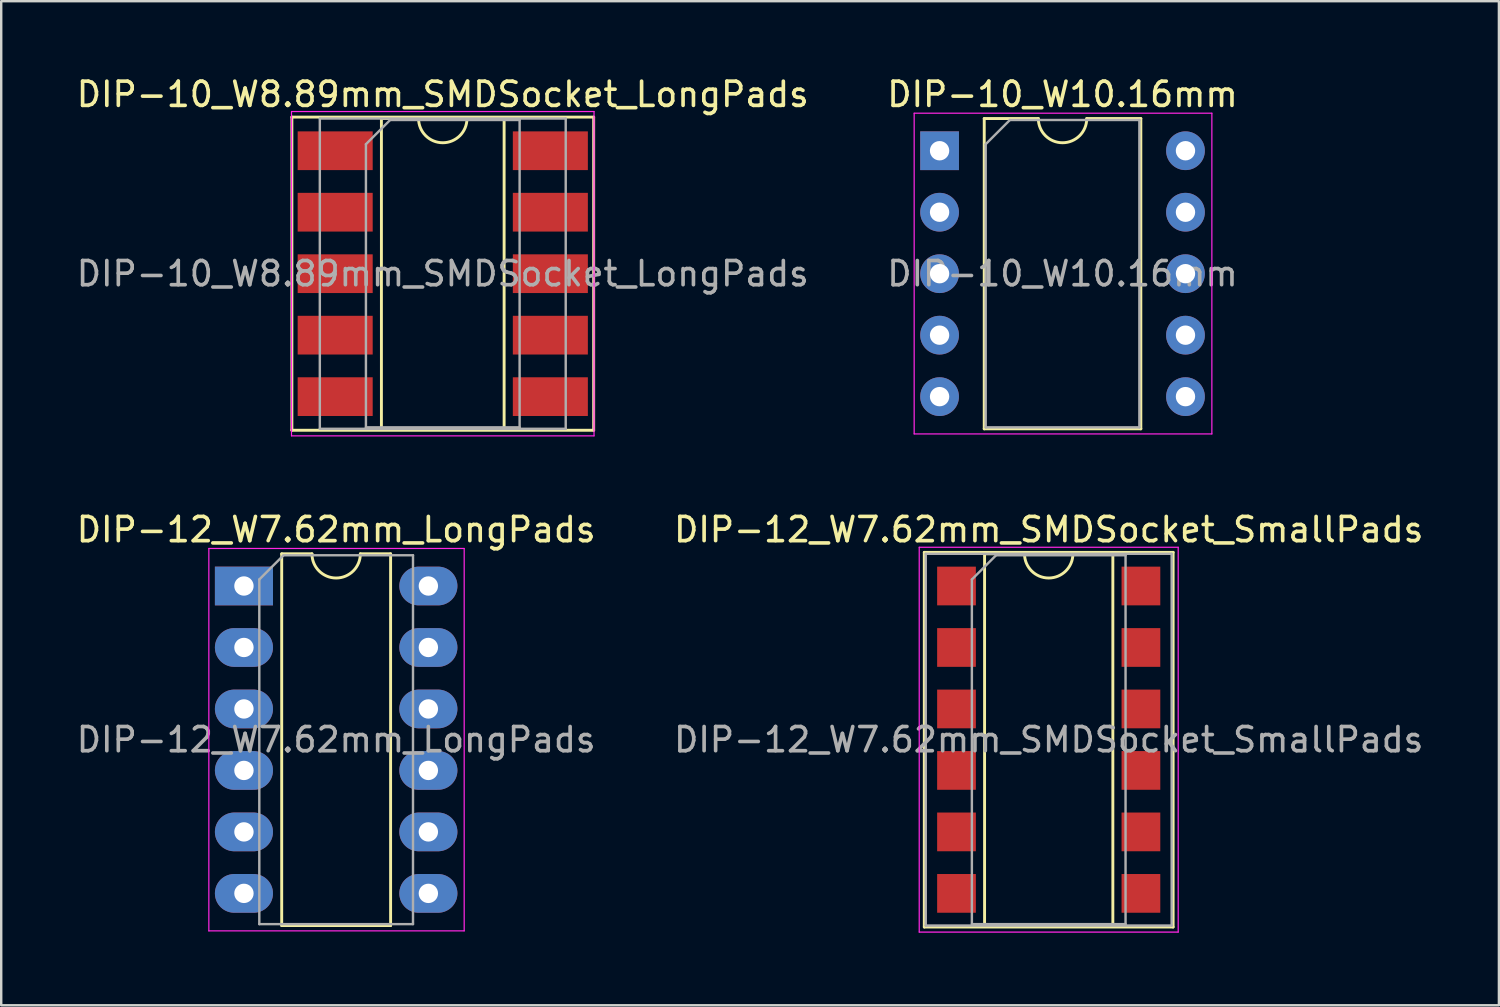
<source format=kicad_pcb>
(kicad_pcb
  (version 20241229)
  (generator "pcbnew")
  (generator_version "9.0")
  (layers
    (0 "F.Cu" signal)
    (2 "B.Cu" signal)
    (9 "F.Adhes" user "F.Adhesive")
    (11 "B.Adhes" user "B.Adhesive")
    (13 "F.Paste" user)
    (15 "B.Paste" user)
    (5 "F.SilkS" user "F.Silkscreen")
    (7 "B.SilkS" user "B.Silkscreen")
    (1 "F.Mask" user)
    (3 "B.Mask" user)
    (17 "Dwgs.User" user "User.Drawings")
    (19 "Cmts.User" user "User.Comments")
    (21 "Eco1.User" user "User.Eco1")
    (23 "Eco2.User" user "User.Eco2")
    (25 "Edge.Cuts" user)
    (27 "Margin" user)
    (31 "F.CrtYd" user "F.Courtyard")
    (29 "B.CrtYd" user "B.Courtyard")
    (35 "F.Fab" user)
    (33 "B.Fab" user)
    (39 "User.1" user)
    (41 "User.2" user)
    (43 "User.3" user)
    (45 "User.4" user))
  (footprint "DIP-10_W8.89mm_SMDSocket_LongPads"
    (layer "F.Cu")
    (at 15.244 8.258)
    (property "Reference" "DIP-10_W8.89mm_SMDSocket_LongPads" (at 0 -7.41 0) (layer "F.SilkS") (effects (font (size 1 1) (thickness 0.15))))
    (attr smd)
    (fp_line (start -6.235 -6.47) (end -6.235 6.47) (stroke (width 0.12) (type solid)) (layer "F.SilkS"))
    (fp_line (start -6.235 6.47) (end 6.235 6.47) (stroke (width 0.12) (type solid)) (layer "F.SilkS"))
    (fp_line (start -2.535 -6.41) (end -2.535 6.41) (stroke (width 0.12) (type solid)) (layer "F.SilkS"))
    (fp_line (start -2.535 6.41) (end 2.535 6.41) (stroke (width 0.12) (type solid)) (layer "F.SilkS"))
    (fp_line (start -1 -6.41) (end -2.535 -6.41) (stroke (width 0.12) (type solid)) (layer "F.SilkS"))
    (fp_line (start 2.535 -6.41) (end 1 -6.41) (stroke (width 0.12) (type solid)) (layer "F.SilkS"))
    (fp_line (start 2.535 6.41) (end 2.535 -6.41) (stroke (width 0.12) (type solid)) (layer "F.SilkS"))
    (fp_line (start 6.235 -6.47) (end -6.235 -6.47) (stroke (width 0.12) (type solid)) (layer "F.SilkS"))
    (fp_line (start 6.235 6.47) (end 6.235 -6.47) (stroke (width 0.12) (type solid)) (layer "F.SilkS"))
    (fp_arc (start 1 -6.41) (mid 0 -5.41) (end -1 -6.41) (stroke (width 0.12) (type solid)) (layer "F.SilkS"))
    (fp_line (start -6.25 -6.7) (end -6.25 6.7) (stroke (width 0.05) (type solid)) (layer "F.CrtYd"))
    (fp_line (start -6.25 6.7) (end 6.25 6.7) (stroke (width 0.05) (type solid)) (layer "F.CrtYd"))
    (fp_line (start 6.25 -6.7) (end -6.25 -6.7) (stroke (width 0.05) (type solid)) (layer "F.CrtYd"))
    (fp_line (start 6.25 6.7) (end 6.25 -6.7) (stroke (width 0.05) (type solid)) (layer "F.CrtYd"))
    (fp_line (start -5.08 -6.41) (end -5.08 6.41) (stroke (width 0.1) (type solid)) (layer "F.Fab"))
    (fp_line (start -5.08 6.41) (end 5.08 6.41) (stroke (width 0.1) (type solid)) (layer "F.Fab"))
    (fp_line (start -3.175 -5.35) (end -2.175 -6.35) (stroke (width 0.1) (type solid)) (layer "F.Fab"))
    (fp_line (start -3.175 6.35) (end -3.175 -5.35) (stroke (width 0.1) (type solid)) (layer "F.Fab"))
    (fp_line (start -2.175 -6.35) (end 3.175 -6.35) (stroke (width 0.1) (type solid)) (layer "F.Fab"))
    (fp_line (start 3.175 -6.35) (end 3.175 6.35) (stroke (width 0.1) (type solid)) (layer "F.Fab"))
    (fp_line (start 3.175 6.35) (end -3.175 6.35) (stroke (width 0.1) (type solid)) (layer "F.Fab"))
    (fp_line (start 5.08 -6.41) (end -5.08 -6.41) (stroke (width 0.1) (type solid)) (layer "F.Fab"))
    (fp_line (start 5.08 6.41) (end 5.08 -6.41) (stroke (width 0.1) (type solid)) (layer "F.Fab"))
    (fp_text user "${REFERENCE}" (at 0 0 0) (layer "F.Fab") (effects (font (size 1 1) (thickness 0.15))))
    (pad "1" smd rect (at -4.445 -5.08) (size 3.1 1.6) (layers "F.Cu" "F.Mask" "F.Paste"))
    (pad "2" smd rect (at -4.445 -2.54) (size 3.1 1.6) (layers "F.Cu" "F.Mask" "F.Paste"))
    (pad "3" smd rect (at -4.445 0) (size 3.1 1.6) (layers "F.Cu" "F.Mask" "F.Paste"))
    (pad "4" smd rect (at -4.445 2.54) (size 3.1 1.6) (layers "F.Cu" "F.Mask" "F.Paste"))
    (pad "5" smd rect (at -4.445 5.08) (size 3.1 1.6) (layers "F.Cu" "F.Mask" "F.Paste"))
    (pad "6" smd rect (at 4.445 5.08) (size 3.1 1.6) (layers "F.Cu" "F.Mask" "F.Paste"))
    (pad "7" smd rect (at 4.445 2.54) (size 3.1 1.6) (layers "F.Cu" "F.Mask" "F.Paste"))
    (pad "8" smd rect (at 4.445 0) (size 3.1 1.6) (layers "F.Cu" "F.Mask" "F.Paste"))
    (pad "9" smd rect (at 4.445 -2.54) (size 3.1 1.6) (layers "F.Cu" "F.Mask" "F.Paste"))
    (pad "10" smd rect (at 4.445 -5.08) (size 3.1 1.6) (layers "F.Cu" "F.Mask" "F.Paste")))
  (footprint "DIP-12_W7.62mm_LongPads"
    (layer "F.Cu")
    (at 7.029 21.162)
    (property "Reference" "DIP-12_W7.62mm_LongPads" (at 3.81 -2.33 0) (layer "F.SilkS") (effects (font (size 1 1) (thickness 0.15))))
    (attr through_hole)
    (fp_line (start 1.56 -1.33) (end 1.56 14.03) (stroke (width 0.12) (type solid)) (layer "F.SilkS"))
    (fp_line (start 1.56 14.03) (end 6.06 14.03) (stroke (width 0.12) (type solid)) (layer "F.SilkS"))
    (fp_line (start 2.81 -1.33) (end 1.56 -1.33) (stroke (width 0.12) (type solid)) (layer "F.SilkS"))
    (fp_line (start 6.06 -1.33) (end 4.81 -1.33) (stroke (width 0.12) (type solid)) (layer "F.SilkS"))
    (fp_line (start 6.06 14.03) (end 6.06 -1.33) (stroke (width 0.12) (type solid)) (layer "F.SilkS"))
    (fp_arc (start 4.81 -1.33) (mid 3.81 -0.33) (end 2.81 -1.33) (stroke (width 0.12) (type solid)) (layer "F.SilkS"))
    (fp_line (start -1.45 -1.55) (end -1.45 14.25) (stroke (width 0.05) (type solid)) (layer "F.CrtYd"))
    (fp_line (start -1.45 14.25) (end 9.1 14.25) (stroke (width 0.05) (type solid)) (layer "F.CrtYd"))
    (fp_line (start 9.1 -1.55) (end -1.45 -1.55) (stroke (width 0.05) (type solid)) (layer "F.CrtYd"))
    (fp_line (start 9.1 14.25) (end 9.1 -1.55) (stroke (width 0.05) (type solid)) (layer "F.CrtYd"))
    (fp_line (start 0.635 -0.27) (end 1.635 -1.27) (stroke (width 0.1) (type solid)) (layer "F.Fab"))
    (fp_line (start 0.635 13.97) (end 0.635 -0.27) (stroke (width 0.1) (type solid)) (layer "F.Fab"))
    (fp_line (start 1.635 -1.27) (end 6.985 -1.27) (stroke (width 0.1) (type solid)) (layer "F.Fab"))
    (fp_line (start 6.985 -1.27) (end 6.985 13.97) (stroke (width 0.1) (type solid)) (layer "F.Fab"))
    (fp_line (start 6.985 13.97) (end 0.635 13.97) (stroke (width 0.1) (type solid)) (layer "F.Fab"))
    (fp_text user "${REFERENCE}" (at 3.81 6.35 0) (layer "F.Fab") (effects (font (size 1 1) (thickness 0.15))))
    (pad "1" thru_hole rect (at 0 0) (size 2.4 1.6) (drill 0.8) (layers "*.Cu" "*.Mask"))
    (pad "2" thru_hole oval (at 0 2.54) (size 2.4 1.6) (drill 0.8) (layers "*.Cu" "*.Mask"))
    (pad "3" thru_hole oval (at 0 5.08) (size 2.4 1.6) (drill 0.8) (layers "*.Cu" "*.Mask"))
    (pad "4" thru_hole oval (at 0 7.62) (size 2.4 1.6) (drill 0.8) (layers "*.Cu" "*.Mask"))
    (pad "5" thru_hole oval (at 0 10.16) (size 2.4 1.6) (drill 0.8) (layers "*.Cu" "*.Mask"))
    (pad "6" thru_hole oval (at 0 12.7) (size 2.4 1.6) (drill 0.8) (layers "*.Cu" "*.Mask"))
    (pad "7" thru_hole oval (at 7.62 12.7) (size 2.4 1.6) (drill 0.8) (layers "*.Cu" "*.Mask"))
    (pad "8" thru_hole oval (at 7.62 10.16) (size 2.4 1.6) (drill 0.8) (layers "*.Cu" "*.Mask"))
    (pad "9" thru_hole oval (at 7.62 7.62) (size 2.4 1.6) (drill 0.8) (layers "*.Cu" "*.Mask"))
    (pad "10" thru_hole oval (at 7.62 5.08) (size 2.4 1.6) (drill 0.8) (layers "*.Cu" "*.Mask"))
    (pad "11" thru_hole oval (at 7.62 2.54) (size 2.4 1.6) (drill 0.8) (layers "*.Cu" "*.Mask"))
    (pad "12" thru_hole oval (at 7.62 0) (size 2.4 1.6) (drill 0.8) (layers "*.Cu" "*.Mask")))
  (footprint "DIP-10_W10.16mm"
    (layer "F.Cu")
    (at 35.771 3.178)
    (property "Reference" "DIP-10_W10.16mm" (at 5.08 -2.33 0) (layer "F.SilkS") (effects (font (size 1 1) (thickness 0.15))))
    (attr through_hole)
    (fp_line (start 1.845 -1.33) (end 1.845 11.49) (stroke (width 0.12) (type solid)) (layer "F.SilkS"))
    (fp_line (start 1.845 11.49) (end 8.315 11.49) (stroke (width 0.12) (type solid)) (layer "F.SilkS"))
    (fp_line (start 4.08 -1.33) (end 1.845 -1.33) (stroke (width 0.12) (type solid)) (layer "F.SilkS"))
    (fp_line (start 8.315 -1.33) (end 6.08 -1.33) (stroke (width 0.12) (type solid)) (layer "F.SilkS"))
    (fp_line (start 8.315 11.49) (end 8.315 -1.33) (stroke (width 0.12) (type solid)) (layer "F.SilkS"))
    (fp_arc (start 6.08 -1.33) (mid 5.08 -0.33) (end 4.08 -1.33) (stroke (width 0.12) (type solid)) (layer "F.SilkS"))
    (fp_line (start -1.05 -1.55) (end -1.05 11.7) (stroke (width 0.05) (type solid)) (layer "F.CrtYd"))
    (fp_line (start -1.05 11.7) (end 11.25 11.7) (stroke (width 0.05) (type solid)) (layer "F.CrtYd"))
    (fp_line (start 11.25 -1.55) (end -1.05 -1.55) (stroke (width 0.05) (type solid)) (layer "F.CrtYd"))
    (fp_line (start 11.25 11.7) (end 11.25 -1.55) (stroke (width 0.05) (type solid)) (layer "F.CrtYd"))
    (fp_line (start 1.905 -0.27) (end 2.905 -1.27) (stroke (width 0.1) (type solid)) (layer "F.Fab"))
    (fp_line (start 1.905 11.43) (end 1.905 -0.27) (stroke (width 0.1) (type solid)) (layer "F.Fab"))
    (fp_line (start 2.905 -1.27) (end 8.255 -1.27) (stroke (width 0.1) (type solid)) (layer "F.Fab"))
    (fp_line (start 8.255 -1.27) (end 8.255 11.43) (stroke (width 0.1) (type solid)) (layer "F.Fab"))
    (fp_line (start 8.255 11.43) (end 1.905 11.43) (stroke (width 0.1) (type solid)) (layer "F.Fab"))
    (fp_text user "${REFERENCE}" (at 5.08 5.08 0) (layer "F.Fab") (effects (font (size 1 1) (thickness 0.15))))
    (pad "1" thru_hole rect (at 0 0) (size 1.6 1.6) (drill 0.8) (layers "*.Cu" "*.Mask"))
    (pad "2" thru_hole oval (at 0 2.54) (size 1.6 1.6) (drill 0.8) (layers "*.Cu" "*.Mask"))
    (pad "3" thru_hole oval (at 0 5.08) (size 1.6 1.6) (drill 0.8) (layers "*.Cu" "*.Mask"))
    (pad "4" thru_hole oval (at 0 7.62) (size 1.6 1.6) (drill 0.8) (layers "*.Cu" "*.Mask"))
    (pad "5" thru_hole oval (at 0 10.16) (size 1.6 1.6) (drill 0.8) (layers "*.Cu" "*.Mask"))
    (pad "6" thru_hole oval (at 10.16 10.16) (size 1.6 1.6) (drill 0.8) (layers "*.Cu" "*.Mask"))
    (pad "7" thru_hole oval (at 10.16 7.62) (size 1.6 1.6) (drill 0.8) (layers "*.Cu" "*.Mask"))
    (pad "8" thru_hole oval (at 10.16 5.08) (size 1.6 1.6) (drill 0.8) (layers "*.Cu" "*.Mask"))
    (pad "9" thru_hole oval (at 10.16 2.54) (size 1.6 1.6) (drill 0.8) (layers "*.Cu" "*.Mask"))
    (pad "10" thru_hole oval (at 10.16 0) (size 1.6 1.6) (drill 0.8) (layers "*.Cu" "*.Mask")))
  (footprint "DIP-12_W7.62mm_SMDSocket_SmallPads"
    (layer "F.Cu")
    (at 40.28 27.512)
    (property "Reference" "DIP-12_W7.62mm_SMDSocket_SmallPads" (at 0 -8.68 0) (layer "F.SilkS") (effects (font (size 1 1) (thickness 0.15))))
    (attr smd)
    (fp_line (start -5.14 -7.74) (end -5.14 7.74) (stroke (width 0.12) (type solid)) (layer "F.SilkS"))
    (fp_line (start -5.14 7.74) (end 5.14 7.74) (stroke (width 0.12) (type solid)) (layer "F.SilkS"))
    (fp_line (start -2.65 -7.68) (end -2.65 7.68) (stroke (width 0.12) (type solid)) (layer "F.SilkS"))
    (fp_line (start -2.65 7.68) (end 2.65 7.68) (stroke (width 0.12) (type solid)) (layer "F.SilkS"))
    (fp_line (start -1 -7.68) (end -2.65 -7.68) (stroke (width 0.12) (type solid)) (layer "F.SilkS"))
    (fp_line (start 2.65 -7.68) (end 1 -7.68) (stroke (width 0.12) (type solid)) (layer "F.SilkS"))
    (fp_line (start 2.65 7.68) (end 2.65 -7.68) (stroke (width 0.12) (type solid)) (layer "F.SilkS"))
    (fp_line (start 5.14 -7.74) (end -5.14 -7.74) (stroke (width 0.12) (type solid)) (layer "F.SilkS"))
    (fp_line (start 5.14 7.74) (end 5.14 -7.74) (stroke (width 0.12) (type solid)) (layer "F.SilkS"))
    (fp_arc (start 1 -7.68) (mid 0 -6.68) (end -1 -7.68) (stroke (width 0.12) (type solid)) (layer "F.SilkS"))
    (fp_line (start -5.35 -7.95) (end -5.35 7.95) (stroke (width 0.05) (type solid)) (layer "F.CrtYd"))
    (fp_line (start -5.35 7.95) (end 5.35 7.95) (stroke (width 0.05) (type solid)) (layer "F.CrtYd"))
    (fp_line (start 5.35 -7.95) (end -5.35 -7.95) (stroke (width 0.05) (type solid)) (layer "F.CrtYd"))
    (fp_line (start 5.35 7.95) (end 5.35 -7.95) (stroke (width 0.05) (type solid)) (layer "F.CrtYd"))
    (fp_line (start -5.08 -7.68) (end -5.08 7.68) (stroke (width 0.1) (type solid)) (layer "F.Fab"))
    (fp_line (start -5.08 7.68) (end 5.08 7.68) (stroke (width 0.1) (type solid)) (layer "F.Fab"))
    (fp_line (start -3.175 -6.62) (end -2.175 -7.62) (stroke (width 0.1) (type solid)) (layer "F.Fab"))
    (fp_line (start -3.175 7.62) (end -3.175 -6.62) (stroke (width 0.1) (type solid)) (layer "F.Fab"))
    (fp_line (start -2.175 -7.62) (end 3.175 -7.62) (stroke (width 0.1) (type solid)) (layer "F.Fab"))
    (fp_line (start 3.175 -7.62) (end 3.175 7.62) (stroke (width 0.1) (type solid)) (layer "F.Fab"))
    (fp_line (start 3.175 7.62) (end -3.175 7.62) (stroke (width 0.1) (type solid)) (layer "F.Fab"))
    (fp_line (start 5.08 -7.68) (end -5.08 -7.68) (stroke (width 0.1) (type solid)) (layer "F.Fab"))
    (fp_line (start 5.08 7.68) (end 5.08 -7.68) (stroke (width 0.1) (type solid)) (layer "F.Fab"))
    (fp_text user "${REFERENCE}" (at 0 0 0) (layer "F.Fab") (effects (font (size 1 1) (thickness 0.15))))
    (pad "1" smd rect (at -3.81 -6.35) (size 1.6 1.6) (layers "F.Cu" "F.Mask" "F.Paste"))
    (pad "2" smd rect (at -3.81 -3.81) (size 1.6 1.6) (layers "F.Cu" "F.Mask" "F.Paste"))
    (pad "3" smd rect (at -3.81 -1.27) (size 1.6 1.6) (layers "F.Cu" "F.Mask" "F.Paste"))
    (pad "4" smd rect (at -3.81 1.27) (size 1.6 1.6) (layers "F.Cu" "F.Mask" "F.Paste"))
    (pad "5" smd rect (at -3.81 3.81) (size 1.6 1.6) (layers "F.Cu" "F.Mask" "F.Paste"))
    (pad "6" smd rect (at -3.81 6.35) (size 1.6 1.6) (layers "F.Cu" "F.Mask" "F.Paste"))
    (pad "7" smd rect (at 3.81 6.35) (size 1.6 1.6) (layers "F.Cu" "F.Mask" "F.Paste"))
    (pad "8" smd rect (at 3.81 3.81) (size 1.6 1.6) (layers "F.Cu" "F.Mask" "F.Paste"))
    (pad "9" smd rect (at 3.81 1.27) (size 1.6 1.6) (layers "F.Cu" "F.Mask" "F.Paste"))
    (pad "10" smd rect (at 3.81 -1.27) (size 1.6 1.6) (layers "F.Cu" "F.Mask" "F.Paste"))
    (pad "11" smd rect (at 3.81 -3.81) (size 1.6 1.6) (layers "F.Cu" "F.Mask" "F.Paste"))
    (pad "12" smd rect (at 3.81 -6.35) (size 1.6 1.6) (layers "F.Cu" "F.Mask" "F.Paste")))
  (gr_rect
    (start -3 -3)
    (end 58.881 38.486)
    (stroke (width 0.1) (type default))
    (fill no)
    (layer "Edge.Cuts")))
</source>
